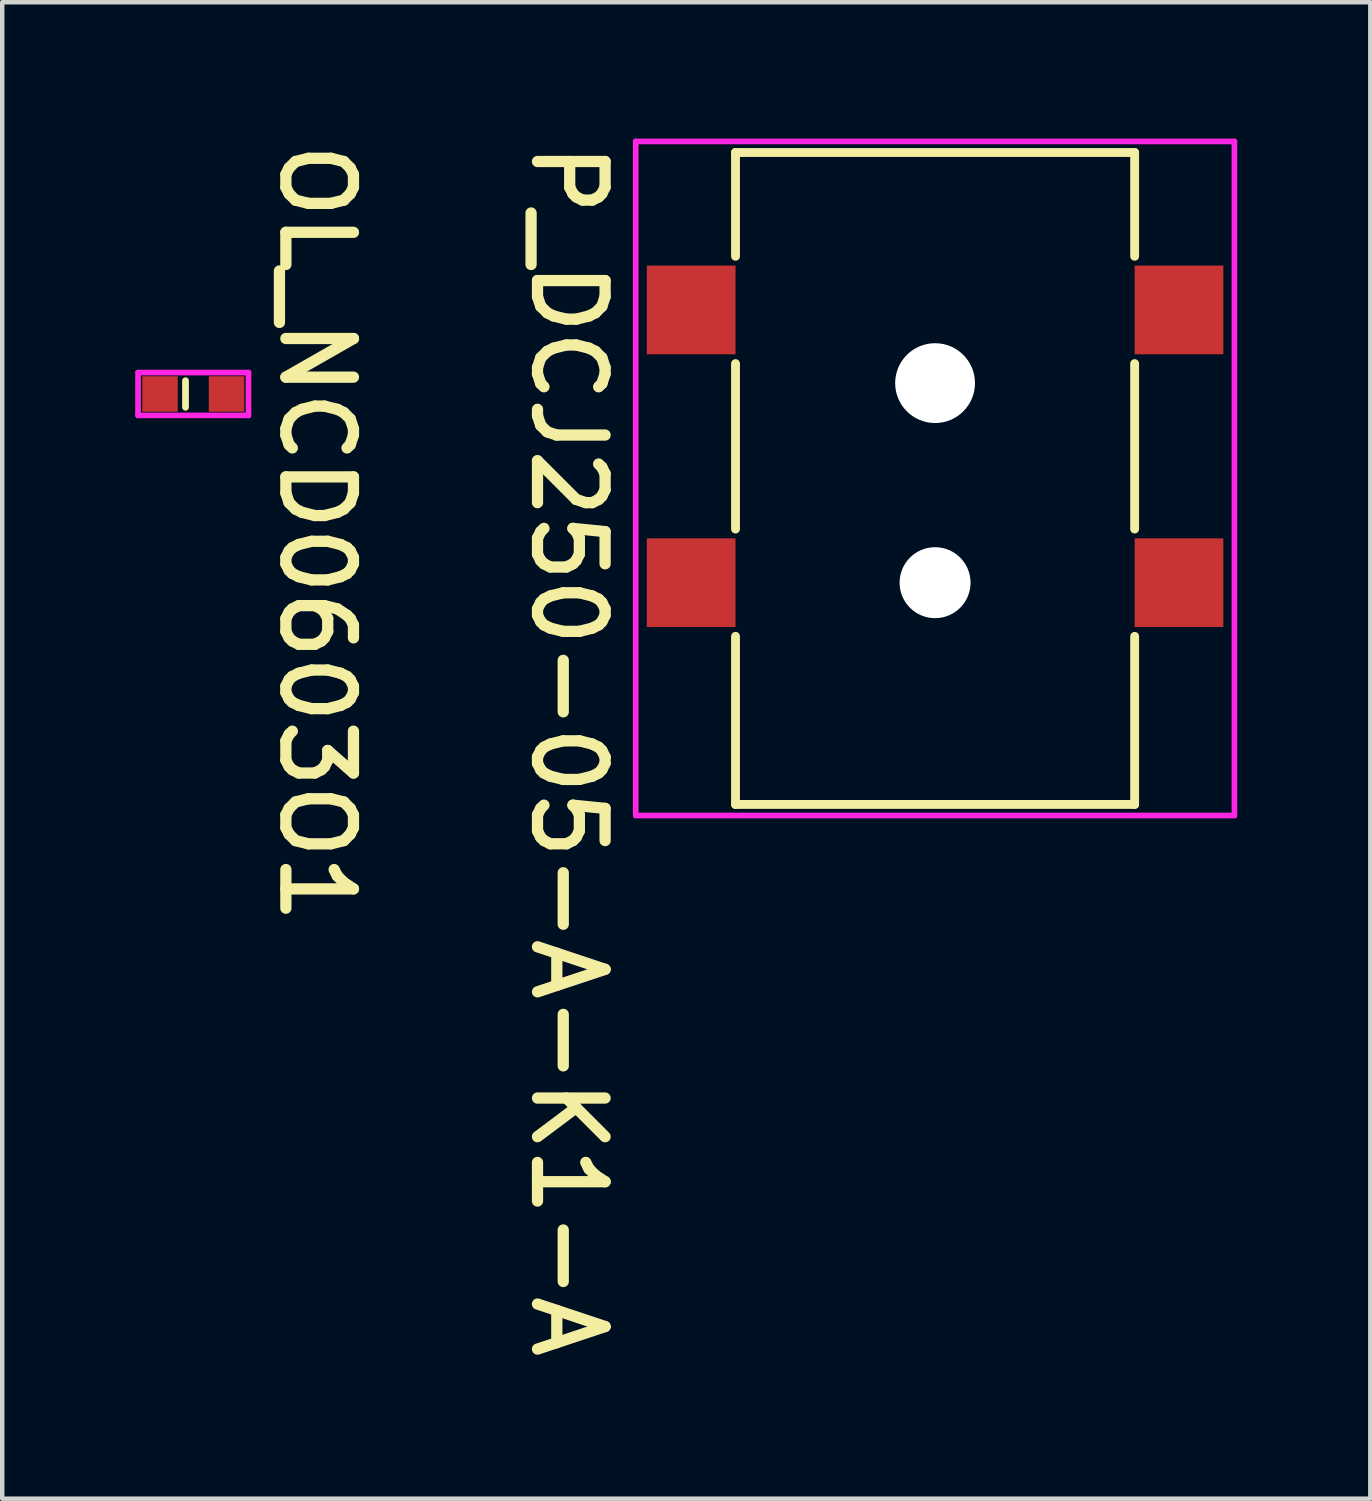
<source format=kicad_pcb>
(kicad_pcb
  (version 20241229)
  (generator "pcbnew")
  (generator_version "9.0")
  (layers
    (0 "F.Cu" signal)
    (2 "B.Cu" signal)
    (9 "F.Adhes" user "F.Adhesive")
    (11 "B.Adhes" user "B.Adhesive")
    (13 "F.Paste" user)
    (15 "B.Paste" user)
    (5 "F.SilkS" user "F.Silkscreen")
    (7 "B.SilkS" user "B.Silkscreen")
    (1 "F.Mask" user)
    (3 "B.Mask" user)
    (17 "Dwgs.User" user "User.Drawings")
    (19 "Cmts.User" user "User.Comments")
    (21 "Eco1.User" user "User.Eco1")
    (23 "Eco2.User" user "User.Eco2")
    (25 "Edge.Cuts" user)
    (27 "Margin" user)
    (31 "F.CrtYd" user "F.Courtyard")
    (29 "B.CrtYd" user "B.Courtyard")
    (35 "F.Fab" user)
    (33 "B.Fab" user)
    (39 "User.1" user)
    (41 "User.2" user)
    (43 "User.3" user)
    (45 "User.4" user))
  (footprint "P_DCJ250-05-A-K1-A"
    (layer "F.Cu")
    (at 18.035 7.739)
    (property "Reference" "P_DCJ250-05-A-K1-A" (at -8.273 6.133 270) (unlocked yes) (layer "F.SilkS") (effects (font (size 1.524 1.524) (thickness 0.254))))
    (attr smd)
    (fp_line (start -4.5 -7.35) (end -4.5 -5.01) (stroke (width 0.2) (type solid)) (layer "F.SilkS"))
    (fp_line (start -4.5 -2.59) (end -4.5 1.14) (stroke (width 0.2) (type solid)) (layer "F.SilkS"))
    (fp_line (start -4.5 3.56) (end -4.5 7.35) (stroke (width 0.2) (type solid)) (layer "F.SilkS"))
    (fp_line (start 4.5 -7.35) (end -4.5 -7.35) (stroke (width 0.2) (type solid)) (layer "F.SilkS"))
    (fp_line (start 4.5 -7.35) (end 4.5 -5.01) (stroke (width 0.2) (type solid)) (layer "F.SilkS"))
    (fp_line (start 4.5 -2.59) (end 4.5 1.14) (stroke (width 0.2) (type solid)) (layer "F.SilkS"))
    (fp_line (start 4.5 3.56) (end 4.5 7.35) (stroke (width 0.2) (type solid)) (layer "F.SilkS"))
    (fp_line (start 4.5 7.35) (end -4.5 7.35) (stroke (width 0.2) (type solid)) (layer "F.SilkS"))
    (fp_line (start -6.75 -7.6) (end -6.75 7.6) (stroke (width 0.127) (type solid)) (layer "F.CrtYd"))
    (fp_line (start -6.75 -7.6) (end 6.75 -7.6) (stroke (width 0.127) (type solid)) (layer "F.CrtYd"))
    (fp_line (start -6.75 7.6) (end 6.75 7.6) (stroke (width 0.127) (type solid)) (layer "F.CrtYd"))
    (fp_line (start 6.75 -7.6) (end 6.75 7.6) (stroke (width 0.127) (type solid)) (layer "F.CrtYd"))
    (fp_line (start -6.25 -7.35) (end -6.25 7.35) (stroke (width 0.127) (type solid)) (layer "User.13"))
    (fp_line (start -2.25 -7.35) (end -6.25 -7.35) (stroke (width 0.127) (type solid)) (layer "User.13"))
    (fp_line (start 2.25 -7.35) (end -2.25 -7.35) (stroke (width 0.127) (type solid)) (layer "User.13"))
    (fp_line (start 6.25 -7.35) (end 2.25 -7.35) (stroke (width 0.127) (type solid)) (layer "User.13"))
    (fp_line (start 6.25 -7.35) (end 6.25 7.35) (stroke (width 0.127) (type solid)) (layer "User.13"))
    (fp_line (start 6.25 7.35) (end -6.25 7.35) (stroke (width 0.127) (type solid)) (layer "User.13"))
    (pad "" np_thru_hole circle (at 0 -2.15 180) (size 1.8 1.8) (drill 1.8) (layers "*.Cu" "*.Mask"))
    (pad "" np_thru_hole circle (at 0 2.35 180) (size 1.6 1.6) (drill 1.6) (layers "*.Cu" "*.Mask"))
    (pad "1" smd rect (at -5.5 -3.8 180) (size 2 2) (layers "F.Cu" "F.Mask" "F.Paste"))
    (pad "1" smd rect (at -5.5 2.35 180) (size 2 2) (layers "F.Cu" "F.Mask" "F.Paste"))
    (pad "2" smd rect (at 5.5 2.35 180) (size 2 2) (layers "F.Cu" "F.Mask" "F.Paste"))
    (pad "3" smd rect (at 5.5 -3.8 180) (size 2 2) (layers "F.Cu" "F.Mask" "F.Paste")))
  (footprint "OL_NCD0603O1"
    (layer "F.Cu")
    (at 1.308 5.834)
    (property "Reference" "OL_NCD0603O1" (at 2.78 3.14 270) (unlocked yes) (layer "F.SilkS") (effects (font (size 1.524 1.524) (thickness 0.254))))
    (attr smd)
    (fp_line (start -0.175 -0.3) (end -0.175 0.3) (stroke (width 0.152) (type solid)) (layer "F.SilkS"))
    (fp_line (start -1.245 -0.483) (end -1.245 0.483) (stroke (width 0.127) (type solid)) (layer "F.CrtYd"))
    (fp_line (start -1.245 -0.483) (end 1.245 -0.483) (stroke (width 0.127) (type solid)) (layer "F.CrtYd"))
    (fp_line (start -1.245 0.483) (end 1.245 0.483) (stroke (width 0.127) (type solid)) (layer "F.CrtYd"))
    (fp_line (start 1.245 -0.483) (end 1.245 0.483) (stroke (width 0.127) (type solid)) (layer "F.CrtYd"))
    (fp_line (start -0.809 -0.375) (end -0.809 0.425) (stroke (width 0.127) (type solid)) (layer "User.13"))
    (fp_line (start -0.809 -0.375) (end 0.791 -0.375) (stroke (width 0.127) (type solid)) (layer "User.13"))
    (fp_line (start -0.809 0.425) (end 0.791 0.425) (stroke (width 0.127) (type solid)) (layer "User.13"))
    (fp_line (start 0.791 -0.375) (end 0.791 0.425) (stroke (width 0.127) (type solid)) (layer "User.13"))
    (pad "1" smd rect (at -0.75 0) (size 0.8 0.8) (layers "F.Cu" "F.Mask" "F.Paste"))
    (pad "2" smd rect (at 0.75 0) (size 0.8 0.8) (layers "F.Cu" "F.Mask" "F.Paste")))
  (gr_rect
    (start -3 -3)
    (end 27.849 30.744)
    (stroke (width 0.1) (type default))
    (fill no)
    (layer "Edge.Cuts")))
</source>
